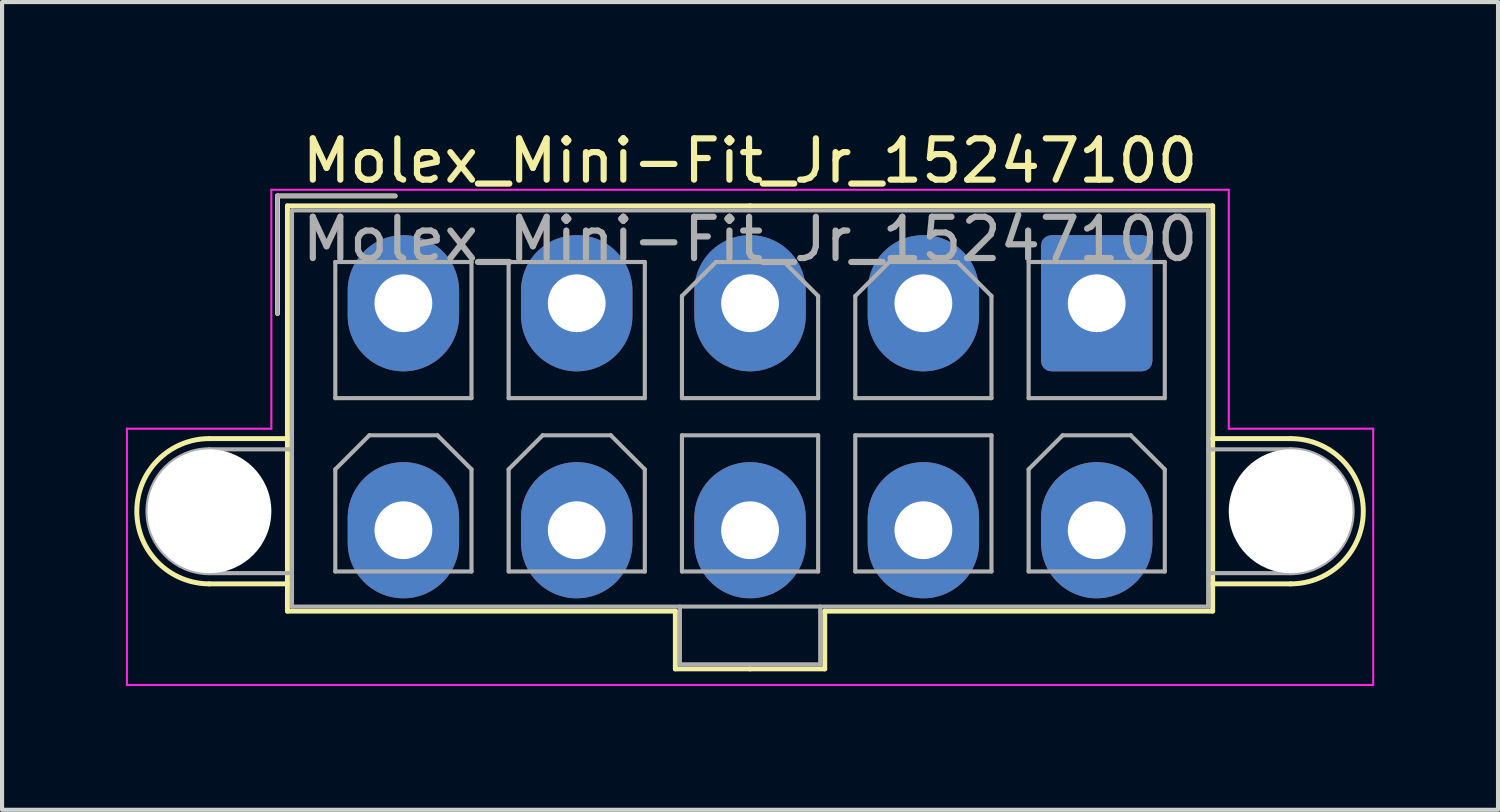
<source format=kicad_pcb>
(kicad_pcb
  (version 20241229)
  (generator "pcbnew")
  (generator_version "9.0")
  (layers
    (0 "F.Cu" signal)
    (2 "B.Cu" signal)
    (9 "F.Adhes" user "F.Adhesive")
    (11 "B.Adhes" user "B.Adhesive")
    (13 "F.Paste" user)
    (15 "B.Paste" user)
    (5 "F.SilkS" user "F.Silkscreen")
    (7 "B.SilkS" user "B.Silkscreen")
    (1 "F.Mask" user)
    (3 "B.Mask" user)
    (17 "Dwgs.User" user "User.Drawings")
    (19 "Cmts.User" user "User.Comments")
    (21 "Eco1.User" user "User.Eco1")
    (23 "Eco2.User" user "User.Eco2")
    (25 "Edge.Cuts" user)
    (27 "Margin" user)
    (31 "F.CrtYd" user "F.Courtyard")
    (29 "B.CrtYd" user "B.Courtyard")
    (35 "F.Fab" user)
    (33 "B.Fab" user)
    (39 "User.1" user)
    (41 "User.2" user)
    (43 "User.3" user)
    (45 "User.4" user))
  (footprint "Molex_Mini-Fit_Jr_15247100"
    (layer "F.Cu")
    (at 6.725 4.298)
    (property "Reference" "Molex_Mini-Fit_Jr_15247100" (at 8.4 -3.45 0) (layer "F.SilkS") (effects (font (size 1 1) (thickness 0.15))))
    (attr through_hole)
    (fp_line (start -4.7 3.28) (end -2.81 3.28) (stroke (width 0.12) (type solid)) (layer "F.SilkS"))
    (fp_line (start -4.7 6.8) (end -2.81 6.8) (stroke (width 0.12) (type solid)) (layer "F.SilkS"))
    (fp_line (start -3.05 -2.6) (end -3.05 0.25) (stroke (width 0.12) (type solid)) (layer "F.SilkS"))
    (fp_line (start -2.81 -2.36) (end -2.81 7.46) (stroke (width 0.12) (type solid)) (layer "F.SilkS"))
    (fp_line (start -2.81 7.46) (end 6.59 7.46) (stroke (width 0.12) (type solid)) (layer "F.SilkS"))
    (fp_line (start -0.2 -2.6) (end -3.05 -2.6) (stroke (width 0.12) (type solid)) (layer "F.SilkS"))
    (fp_line (start 6.59 7.46) (end 6.59 8.86) (stroke (width 0.12) (type solid)) (layer "F.SilkS"))
    (fp_line (start 6.59 8.86) (end 8.4 8.86) (stroke (width 0.12) (type solid)) (layer "F.SilkS"))
    (fp_line (start 8.4 -2.36) (end -2.81 -2.36) (stroke (width 0.12) (type solid)) (layer "F.SilkS"))
    (fp_line (start 8.4 -2.36) (end 19.61 -2.36) (stroke (width 0.12) (type solid)) (layer "F.SilkS"))
    (fp_line (start 10.21 7.46) (end 10.21 8.86) (stroke (width 0.12) (type solid)) (layer "F.SilkS"))
    (fp_line (start 10.21 8.86) (end 8.4 8.86) (stroke (width 0.12) (type solid)) (layer "F.SilkS"))
    (fp_line (start 19.61 -2.36) (end 19.61 7.46) (stroke (width 0.12) (type solid)) (layer "F.SilkS"))
    (fp_line (start 19.61 7.46) (end 10.21 7.46) (stroke (width 0.12) (type solid)) (layer "F.SilkS"))
    (fp_line (start 21.5 3.28) (end 19.61 3.28) (stroke (width 0.12) (type solid)) (layer "F.SilkS"))
    (fp_line (start 21.5 6.8) (end 19.61 6.8) (stroke (width 0.12) (type solid)) (layer "F.SilkS"))
    (fp_arc (start -4.7 6.8) (mid -6.46 5.04) (end -4.7 3.28) (stroke (width 0.12) (type solid)) (layer "F.SilkS"))
    (fp_arc (start 21.5 3.28) (mid 23.26 5.04) (end 21.5 6.8) (stroke (width 0.12) (type solid)) (layer "F.SilkS"))
    (fp_line (start -6.7 3.04) (end -6.7 9.25) (stroke (width 0.05) (type solid)) (layer "F.CrtYd"))
    (fp_line (start -6.7 9.25) (end 23.5 9.25) (stroke (width 0.05) (type solid)) (layer "F.CrtYd"))
    (fp_line (start -3.2 -2.75) (end -3.2 3.04) (stroke (width 0.05) (type solid)) (layer "F.CrtYd"))
    (fp_line (start -3.2 3.04) (end -6.7 3.04) (stroke (width 0.05) (type solid)) (layer "F.CrtYd"))
    (fp_line (start 20 -2.75) (end -3.2 -2.75) (stroke (width 0.05) (type solid)) (layer "F.CrtYd"))
    (fp_line (start 20 3.04) (end 20 -2.75) (stroke (width 0.05) (type solid)) (layer "F.CrtYd"))
    (fp_line (start 23.5 3.04) (end 20 3.04) (stroke (width 0.05) (type solid)) (layer "F.CrtYd"))
    (fp_line (start 23.5 9.25) (end 23.5 3.04) (stroke (width 0.05) (type solid)) (layer "F.CrtYd"))
    (fp_line (start -4.7 3.54) (end -2.7 3.54) (stroke (width 0.1) (type solid)) (layer "F.Fab"))
    (fp_line (start -4.7 6.54) (end -2.7 6.54) (stroke (width 0.1) (type solid)) (layer "F.Fab"))
    (fp_line (start -3.05 -2.6) (end -3.05 0.25) (stroke (width 0.1) (type solid)) (layer "F.Fab"))
    (fp_line (start -2.7 -2.25) (end -2.7 7.35) (stroke (width 0.1) (type solid)) (layer "F.Fab"))
    (fp_line (start -2.7 7.35) (end 19.5 7.35) (stroke (width 0.1) (type solid)) (layer "F.Fab"))
    (fp_line (start -1.65 -1) (end 1.65 -1) (stroke (width 0.1) (type solid)) (layer "F.Fab"))
    (fp_line (start -1.65 2.3) (end -1.65 -1) (stroke (width 0.1) (type solid)) (layer "F.Fab"))
    (fp_line (start -1.65 4.025) (end -1.65 6.5) (stroke (width 0.1) (type solid)) (layer "F.Fab"))
    (fp_line (start -1.65 6.5) (end 1.65 6.5) (stroke (width 0.1) (type solid)) (layer "F.Fab"))
    (fp_line (start -0.825 3.2) (end -1.65 4.025) (stroke (width 0.1) (type solid)) (layer "F.Fab"))
    (fp_line (start -0.2 -2.6) (end -3.05 -2.6) (stroke (width 0.1) (type solid)) (layer "F.Fab"))
    (fp_line (start 0.825 3.2) (end -0.825 3.2) (stroke (width 0.1) (type solid)) (layer "F.Fab"))
    (fp_line (start 1.65 -1) (end 1.65 2.3) (stroke (width 0.1) (type solid)) (layer "F.Fab"))
    (fp_line (start 1.65 2.3) (end -1.65 2.3) (stroke (width 0.1) (type solid)) (layer "F.Fab"))
    (fp_line (start 1.65 4.025) (end 0.825 3.2) (stroke (width 0.1) (type solid)) (layer "F.Fab"))
    (fp_line (start 1.65 6.5) (end 1.65 4.025) (stroke (width 0.1) (type solid)) (layer "F.Fab"))
    (fp_line (start 2.55 -1) (end 5.85 -1) (stroke (width 0.1) (type solid)) (layer "F.Fab"))
    (fp_line (start 2.55 2.3) (end 2.55 -1) (stroke (width 0.1) (type solid)) (layer "F.Fab"))
    (fp_line (start 2.55 4.025) (end 2.55 6.5) (stroke (width 0.1) (type solid)) (layer "F.Fab"))
    (fp_line (start 2.55 6.5) (end 5.85 6.5) (stroke (width 0.1) (type solid)) (layer "F.Fab"))
    (fp_line (start 3.375 3.2) (end 2.55 4.025) (stroke (width 0.1) (type solid)) (layer "F.Fab"))
    (fp_line (start 5.025 3.2) (end 3.375 3.2) (stroke (width 0.1) (type solid)) (layer "F.Fab"))
    (fp_line (start 5.85 -1) (end 5.85 2.3) (stroke (width 0.1) (type solid)) (layer "F.Fab"))
    (fp_line (start 5.85 2.3) (end 2.55 2.3) (stroke (width 0.1) (type solid)) (layer "F.Fab"))
    (fp_line (start 5.85 4.025) (end 5.025 3.2) (stroke (width 0.1) (type solid)) (layer "F.Fab"))
    (fp_line (start 5.85 6.5) (end 5.85 4.025) (stroke (width 0.1) (type solid)) (layer "F.Fab"))
    (fp_line (start 6.7 7.35) (end 6.7 8.75) (stroke (width 0.1) (type solid)) (layer "F.Fab"))
    (fp_line (start 6.7 8.75) (end 10.1 8.75) (stroke (width 0.1) (type solid)) (layer "F.Fab"))
    (fp_line (start 6.75 -0.175) (end 6.75 2.3) (stroke (width 0.1) (type solid)) (layer "F.Fab"))
    (fp_line (start 6.75 2.3) (end 10.05 2.3) (stroke (width 0.1) (type solid)) (layer "F.Fab"))
    (fp_line (start 6.75 3.2) (end 10.05 3.2) (stroke (width 0.1) (type solid)) (layer "F.Fab"))
    (fp_line (start 6.75 6.5) (end 6.75 3.2) (stroke (width 0.1) (type solid)) (layer "F.Fab"))
    (fp_line (start 7.575 -1) (end 6.75 -0.175) (stroke (width 0.1) (type solid)) (layer "F.Fab"))
    (fp_line (start 9.225 -1) (end 7.575 -1) (stroke (width 0.1) (type solid)) (layer "F.Fab"))
    (fp_line (start 10.05 -0.175) (end 9.225 -1) (stroke (width 0.1) (type solid)) (layer "F.Fab"))
    (fp_line (start 10.05 2.3) (end 10.05 -0.175) (stroke (width 0.1) (type solid)) (layer "F.Fab"))
    (fp_line (start 10.05 3.2) (end 10.05 6.5) (stroke (width 0.1) (type solid)) (layer "F.Fab"))
    (fp_line (start 10.05 6.5) (end 6.75 6.5) (stroke (width 0.1) (type solid)) (layer "F.Fab"))
    (fp_line (start 10.1 8.75) (end 10.1 7.35) (stroke (width 0.1) (type solid)) (layer "F.Fab"))
    (fp_line (start 10.95 -0.175) (end 10.95 2.3) (stroke (width 0.1) (type solid)) (layer "F.Fab"))
    (fp_line (start 10.95 2.3) (end 14.25 2.3) (stroke (width 0.1) (type solid)) (layer "F.Fab"))
    (fp_line (start 10.95 3.2) (end 14.25 3.2) (stroke (width 0.1) (type solid)) (layer "F.Fab"))
    (fp_line (start 10.95 6.5) (end 10.95 3.2) (stroke (width 0.1) (type solid)) (layer "F.Fab"))
    (fp_line (start 11.775 -1) (end 10.95 -0.175) (stroke (width 0.1) (type solid)) (layer "F.Fab"))
    (fp_line (start 13.425 -1) (end 11.775 -1) (stroke (width 0.1) (type solid)) (layer "F.Fab"))
    (fp_line (start 14.25 -0.175) (end 13.425 -1) (stroke (width 0.1) (type solid)) (layer "F.Fab"))
    (fp_line (start 14.25 2.3) (end 14.25 -0.175) (stroke (width 0.1) (type solid)) (layer "F.Fab"))
    (fp_line (start 14.25 3.2) (end 14.25 6.5) (stroke (width 0.1) (type solid)) (layer "F.Fab"))
    (fp_line (start 14.25 6.5) (end 10.95 6.5) (stroke (width 0.1) (type solid)) (layer "F.Fab"))
    (fp_line (start 15.15 -1) (end 18.45 -1) (stroke (width 0.1) (type solid)) (layer "F.Fab"))
    (fp_line (start 15.15 2.3) (end 15.15 -1) (stroke (width 0.1) (type solid)) (layer "F.Fab"))
    (fp_line (start 15.15 4.025) (end 15.15 6.5) (stroke (width 0.1) (type solid)) (layer "F.Fab"))
    (fp_line (start 15.15 6.5) (end 18.45 6.5) (stroke (width 0.1) (type solid)) (layer "F.Fab"))
    (fp_line (start 15.975 3.2) (end 15.15 4.025) (stroke (width 0.1) (type solid)) (layer "F.Fab"))
    (fp_line (start 17.625 3.2) (end 15.975 3.2) (stroke (width 0.1) (type solid)) (layer "F.Fab"))
    (fp_line (start 18.45 -1) (end 18.45 2.3) (stroke (width 0.1) (type solid)) (layer "F.Fab"))
    (fp_line (start 18.45 2.3) (end 15.15 2.3) (stroke (width 0.1) (type solid)) (layer "F.Fab"))
    (fp_line (start 18.45 4.025) (end 17.625 3.2) (stroke (width 0.1) (type solid)) (layer "F.Fab"))
    (fp_line (start 18.45 6.5) (end 18.45 4.025) (stroke (width 0.1) (type solid)) (layer "F.Fab"))
    (fp_line (start 19.5 -2.25) (end -2.7 -2.25) (stroke (width 0.1) (type solid)) (layer "F.Fab"))
    (fp_line (start 19.5 7.35) (end 19.5 -2.25) (stroke (width 0.1) (type solid)) (layer "F.Fab"))
    (fp_line (start 21.5 3.54) (end 19.5 3.54) (stroke (width 0.1) (type solid)) (layer "F.Fab"))
    (fp_line (start 21.5 6.54) (end 19.5 6.54) (stroke (width 0.1) (type solid)) (layer "F.Fab"))
    (fp_arc (start -4.7 6.54) (mid -6.2 5.04) (end -4.7 3.54) (stroke (width 0.1) (type solid)) (layer "F.Fab"))
    (fp_arc (start 21.5 3.54) (mid 23 5.04) (end 21.5 6.54) (stroke (width 0.1) (type solid)) (layer "F.Fab"))
    (fp_text user "${REFERENCE}" (at 8.4 -1.55 0) (layer "F.Fab") (effects (font (size 1 1) (thickness 0.15))))
    (pad "" np_thru_hole circle (at -4.7 5.04) (size 3 3) (drill 3) (layers "*.Cu" "*.Mask"))
    (pad "" np_thru_hole circle (at 21.5 5.04) (size 3 3) (drill 3) (layers "*.Cu" "*.Mask"))
    (pad "1" thru_hole roundrect (at 16.8 0) (size 2.7 3.3) (drill 1.4) (layers "*.Cu" "*.Mask") (roundrect_rratio 0.093))
    (pad "2" thru_hole oval (at 12.6 0) (size 2.7 3.3) (drill 1.4) (layers "*.Cu" "*.Mask"))
    (pad "3" thru_hole oval (at 8.4 0) (size 2.7 3.3) (drill 1.4) (layers "*.Cu" "*.Mask"))
    (pad "4" thru_hole oval (at 4.2 0) (size 2.7 3.3) (drill 1.4) (layers "*.Cu" "*.Mask"))
    (pad "5" thru_hole oval (at 0 0) (size 2.7 3.3) (drill 1.4) (layers "*.Cu" "*.Mask"))
    (pad "6" thru_hole oval (at 16.8 5.5) (size 2.7 3.3) (drill 1.4) (layers "*.Cu" "*.Mask"))
    (pad "7" thru_hole oval (at 12.6 5.5) (size 2.7 3.3) (drill 1.4) (layers "*.Cu" "*.Mask"))
    (pad "8" thru_hole oval (at 8.4 5.5) (size 2.7 3.3) (drill 1.4) (layers "*.Cu" "*.Mask"))
    (pad "9" thru_hole oval (at 4.2 5.5) (size 2.7 3.3) (drill 1.4) (layers "*.Cu" "*.Mask"))
    (pad "10" thru_hole oval (at 0 5.5) (size 2.7 3.3) (drill 1.4) (layers "*.Cu" "*.Mask")))
  (gr_rect
    (start -3 -3)
    (end 33.25 16.573)
    (stroke (width 0.1) (type default))
    (fill no)
    (layer "Edge.Cuts")))
</source>
